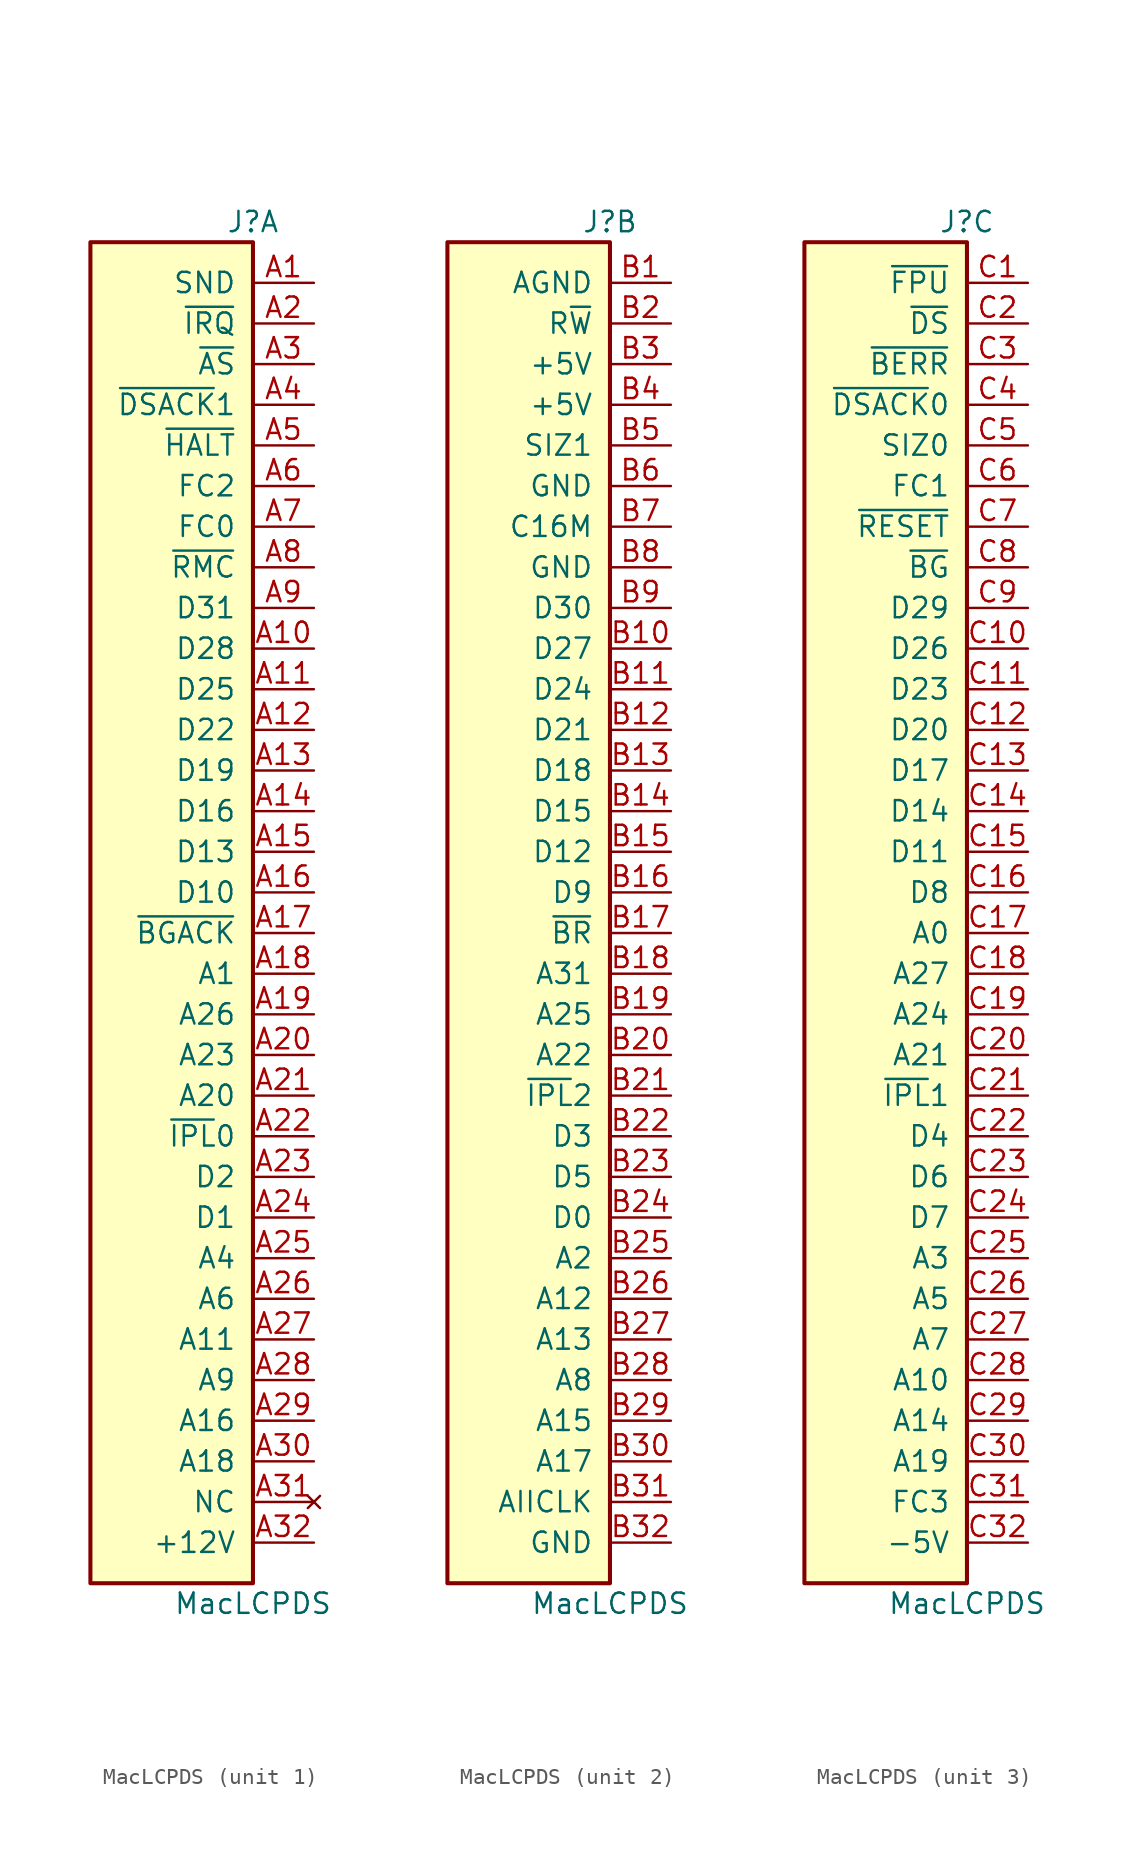
<source format=kicad_sym>
(kicad_symbol_lib
  (version 20220914)
  (generator kicad_symbol_editor)
  (symbol "MacLCPDS"
    (pin_names
      (offset 1.016))
    (property "Reference" "J"
      (at 0 45.72 0)
      (effects (font (size 1.27 1.27))))
    (property "Value" "MacLCPDS"
      (at 0 -40.64 0)
      (effects (font (size 1.27 1.27))))
    (property "ki_locked" ""
      (at 0 0 0)
      (effects (font (size 1.27 1.27))))
    (symbol "MacLCPDS_0_1"
      (rectangle (start 0 44.45) (end -10.16 -39.37) (stroke (width 0.254) (type default)) (fill (type background))))
    (symbol "MacLCPDS_1_1"
      (pin unspecified line (at 3.81 41.91 180) (length 3.81) (name "SND" (effects (font (size 1.27 1.27)))) (number "A1" (effects (font (size 1.27 1.27)))))
      (pin unspecified line (at 3.81 19.05 180) (length 3.81) (name "D28" (effects (font (size 1.27 1.27)))) (number "A10" (effects (font (size 1.27 1.27)))))
      (pin unspecified line (at 3.81 16.51 180) (length 3.81) (name "D25" (effects (font (size 1.27 1.27)))) (number "A11" (effects (font (size 1.27 1.27)))))
      (pin unspecified line (at 3.81 13.97 180) (length 3.81) (name "D22" (effects (font (size 1.27 1.27)))) (number "A12" (effects (font (size 1.27 1.27)))))
      (pin unspecified line (at 3.81 11.43 180) (length 3.81) (name "D19" (effects (font (size 1.27 1.27)))) (number "A13" (effects (font (size 1.27 1.27)))))
      (pin unspecified line (at 3.81 8.89 180) (length 3.81) (name "D16" (effects (font (size 1.27 1.27)))) (number "A14" (effects (font (size 1.27 1.27)))))
      (pin unspecified line (at 3.81 6.35 180) (length 3.81) (name "D13" (effects (font (size 1.27 1.27)))) (number "A15" (effects (font (size 1.27 1.27)))))
      (pin unspecified line (at 3.81 3.81 180) (length 3.81) (name "D10" (effects (font (size 1.27 1.27)))) (number "A16" (effects (font (size 1.27 1.27)))))
      (pin unspecified line (at 3.81 1.27 180) (length 3.81) (name "~{BGACK}" (effects (font (size 1.27 1.27)))) (number "A17" (effects (font (size 1.27 1.27)))))
      (pin unspecified line (at 3.81 -1.27 180) (length 3.81) (name "A1" (effects (font (size 1.27 1.27)))) (number "A18" (effects (font (size 1.27 1.27)))))
      (pin unspecified line (at 3.81 -3.81 180) (length 3.81) (name "A26" (effects (font (size 1.27 1.27)))) (number "A19" (effects (font (size 1.27 1.27)))))
      (pin unspecified line (at 3.81 39.37 180) (length 3.81) (name "~{IRQ}" (effects (font (size 1.27 1.27)))) (number "A2" (effects (font (size 1.27 1.27)))))
      (pin unspecified line (at 3.81 -6.35 180) (length 3.81) (name "A23" (effects (font (size 1.27 1.27)))) (number "A20" (effects (font (size 1.27 1.27)))))
      (pin unspecified line (at 3.81 -8.89 180) (length 3.81) (name "A20" (effects (font (size 1.27 1.27)))) (number "A21" (effects (font (size 1.27 1.27)))))
      (pin unspecified line (at 3.81 -11.43 180) (length 3.81) (name "~{IPL}0" (effects (font (size 1.27 1.27)))) (number "A22" (effects (font (size 1.27 1.27)))))
      (pin unspecified line (at 3.81 -13.97 180) (length 3.81) (name "D2" (effects (font (size 1.27 1.27)))) (number "A23" (effects (font (size 1.27 1.27)))))
      (pin unspecified line (at 3.81 -16.51 180) (length 3.81) (name "D1" (effects (font (size 1.27 1.27)))) (number "A24" (effects (font (size 1.27 1.27)))))
      (pin unspecified line (at 3.81 -19.05 180) (length 3.81) (name "A4" (effects (font (size 1.27 1.27)))) (number "A25" (effects (font (size 1.27 1.27)))))
      (pin unspecified line (at 3.81 -21.59 180) (length 3.81) (name "A6" (effects (font (size 1.27 1.27)))) (number "A26" (effects (font (size 1.27 1.27)))))
      (pin unspecified line (at 3.81 -24.13 180) (length 3.81) (name "A11" (effects (font (size 1.27 1.27)))) (number "A27" (effects (font (size 1.27 1.27)))))
      (pin unspecified line (at 3.81 -26.67 180) (length 3.81) (name "A9" (effects (font (size 1.27 1.27)))) (number "A28" (effects (font (size 1.27 1.27)))))
      (pin unspecified line (at 3.81 -29.21 180) (length 3.81) (name "A16" (effects (font (size 1.27 1.27)))) (number "A29" (effects (font (size 1.27 1.27)))))
      (pin unspecified line (at 3.81 36.83 180) (length 3.81) (name "~{AS}" (effects (font (size 1.27 1.27)))) (number "A3" (effects (font (size 1.27 1.27)))))
      (pin unspecified line (at 3.81 -31.75 180) (length 3.81) (name "A18" (effects (font (size 1.27 1.27)))) (number "A30" (effects (font (size 1.27 1.27)))))
      (pin no_connect line (at 3.81 -34.29 180) (length 3.81) (name "NC" (effects (font (size 1.27 1.27)))) (number "A31" (effects (font (size 1.27 1.27)))))
      (pin unspecified line (at 3.81 -36.83 180) (length 3.81) (name "+12V" (effects (font (size 1.27 1.27)))) (number "A32" (effects (font (size 1.27 1.27)))))
      (pin unspecified line (at 3.81 34.29 180) (length 3.81) (name "~{DSACK}1" (effects (font (size 1.27 1.27)))) (number "A4" (effects (font (size 1.27 1.27)))))
      (pin unspecified line (at 3.81 31.75 180) (length 3.81) (name "~{HALT}" (effects (font (size 1.27 1.27)))) (number "A5" (effects (font (size 1.27 1.27)))))
      (pin unspecified line (at 3.81 29.21 180) (length 3.81) (name "FC2" (effects (font (size 1.27 1.27)))) (number "A6" (effects (font (size 1.27 1.27)))))
      (pin unspecified line (at 3.81 26.67 180) (length 3.81) (name "FC0" (effects (font (size 1.27 1.27)))) (number "A7" (effects (font (size 1.27 1.27)))))
      (pin unspecified line (at 3.81 24.13 180) (length 3.81) (name "~{RMC}" (effects (font (size 1.27 1.27)))) (number "A8" (effects (font (size 1.27 1.27)))))
      (pin unspecified line (at 3.81 21.59 180) (length 3.81) (name "D31" (effects (font (size 1.27 1.27)))) (number "A9" (effects (font (size 1.27 1.27))))))
    (symbol "MacLCPDS_2_1"
      (pin unspecified line (at 3.81 41.91 180) (length 3.81) (name "AGND" (effects (font (size 1.27 1.27)))) (number "B1" (effects (font (size 1.27 1.27)))))
      (pin unspecified line (at 3.81 19.05 180) (length 3.81) (name "D27" (effects (font (size 1.27 1.27)))) (number "B10" (effects (font (size 1.27 1.27)))))
      (pin unspecified line (at 3.81 16.51 180) (length 3.81) (name "D24" (effects (font (size 1.27 1.27)))) (number "B11" (effects (font (size 1.27 1.27)))))
      (pin unspecified line (at 3.81 13.97 180) (length 3.81) (name "D21" (effects (font (size 1.27 1.27)))) (number "B12" (effects (font (size 1.27 1.27)))))
      (pin unspecified line (at 3.81 11.43 180) (length 3.81) (name "D18" (effects (font (size 1.27 1.27)))) (number "B13" (effects (font (size 1.27 1.27)))))
      (pin unspecified line (at 3.81 8.89 180) (length 3.81) (name "D15" (effects (font (size 1.27 1.27)))) (number "B14" (effects (font (size 1.27 1.27)))))
      (pin unspecified line (at 3.81 6.35 180) (length 3.81) (name "D12" (effects (font (size 1.27 1.27)))) (number "B15" (effects (font (size 1.27 1.27)))))
      (pin unspecified line (at 3.81 3.81 180) (length 3.81) (name "D9" (effects (font (size 1.27 1.27)))) (number "B16" (effects (font (size 1.27 1.27)))))
      (pin unspecified line (at 3.81 1.27 180) (length 3.81) (name "~{BR}" (effects (font (size 1.27 1.27)))) (number "B17" (effects (font (size 1.27 1.27)))))
      (pin unspecified line (at 3.81 -1.27 180) (length 3.81) (name "A31" (effects (font (size 1.27 1.27)))) (number "B18" (effects (font (size 1.27 1.27)))))
      (pin unspecified line (at 3.81 -3.81 180) (length 3.81) (name "A25" (effects (font (size 1.27 1.27)))) (number "B19" (effects (font (size 1.27 1.27)))))
      (pin unspecified line (at 3.81 39.37 180) (length 3.81) (name "R~{W}" (effects (font (size 1.27 1.27)))) (number "B2" (effects (font (size 1.27 1.27)))))
      (pin unspecified line (at 3.81 -6.35 180) (length 3.81) (name "A22" (effects (font (size 1.27 1.27)))) (number "B20" (effects (font (size 1.27 1.27)))))
      (pin unspecified line (at 3.81 -8.89 180) (length 3.81) (name "~{IPL}2" (effects (font (size 1.27 1.27)))) (number "B21" (effects (font (size 1.27 1.27)))))
      (pin unspecified line (at 3.81 -11.43 180) (length 3.81) (name "D3" (effects (font (size 1.27 1.27)))) (number "B22" (effects (font (size 1.27 1.27)))))
      (pin unspecified line (at 3.81 -13.97 180) (length 3.81) (name "D5" (effects (font (size 1.27 1.27)))) (number "B23" (effects (font (size 1.27 1.27)))))
      (pin unspecified line (at 3.81 -16.51 180) (length 3.81) (name "D0" (effects (font (size 1.27 1.27)))) (number "B24" (effects (font (size 1.27 1.27)))))
      (pin unspecified line (at 3.81 -19.05 180) (length 3.81) (name "A2" (effects (font (size 1.27 1.27)))) (number "B25" (effects (font (size 1.27 1.27)))))
      (pin unspecified line (at 3.81 -21.59 180) (length 3.81) (name "A12" (effects (font (size 1.27 1.27)))) (number "B26" (effects (font (size 1.27 1.27)))))
      (pin unspecified line (at 3.81 -24.13 180) (length 3.81) (name "A13" (effects (font (size 1.27 1.27)))) (number "B27" (effects (font (size 1.27 1.27)))))
      (pin unspecified line (at 3.81 -26.67 180) (length 3.81) (name "A8" (effects (font (size 1.27 1.27)))) (number "B28" (effects (font (size 1.27 1.27)))))
      (pin unspecified line (at 3.81 -29.21 180) (length 3.81) (name "A15" (effects (font (size 1.27 1.27)))) (number "B29" (effects (font (size 1.27 1.27)))))
      (pin unspecified line (at 3.81 36.83 180) (length 3.81) (name "+5V" (effects (font (size 1.27 1.27)))) (number "B3" (effects (font (size 1.27 1.27)))))
      (pin unspecified line (at 3.81 -31.75 180) (length 3.81) (name "A17" (effects (font (size 1.27 1.27)))) (number "B30" (effects (font (size 1.27 1.27)))))
      (pin unspecified line (at 3.81 -34.29 180) (length 3.81) (name "AIICLK" (effects (font (size 1.27 1.27)))) (number "B31" (effects (font (size 1.27 1.27)))))
      (pin unspecified line (at 3.81 -36.83 180) (length 3.81) (name "GND" (effects (font (size 1.27 1.27)))) (number "B32" (effects (font (size 1.27 1.27)))))
      (pin unspecified line (at 3.81 34.29 180) (length 3.81) (name "+5V" (effects (font (size 1.27 1.27)))) (number "B4" (effects (font (size 1.27 1.27)))))
      (pin unspecified line (at 3.81 31.75 180) (length 3.81) (name "SIZ1" (effects (font (size 1.27 1.27)))) (number "B5" (effects (font (size 1.27 1.27)))))
      (pin unspecified line (at 3.81 29.21 180) (length 3.81) (name "GND" (effects (font (size 1.27 1.27)))) (number "B6" (effects (font (size 1.27 1.27)))))
      (pin unspecified line (at 3.81 26.67 180) (length 3.81) (name "C16M" (effects (font (size 1.27 1.27)))) (number "B7" (effects (font (size 1.27 1.27)))))
      (pin unspecified line (at 3.81 24.13 180) (length 3.81) (name "GND" (effects (font (size 1.27 1.27)))) (number "B8" (effects (font (size 1.27 1.27)))))
      (pin unspecified line (at 3.81 21.59 180) (length 3.81) (name "D30" (effects (font (size 1.27 1.27)))) (number "B9" (effects (font (size 1.27 1.27))))))
    (symbol "MacLCPDS_3_1"
      (pin unspecified line (at 3.81 41.91 180) (length 3.81) (name "~{FPU}" (effects (font (size 1.27 1.27)))) (number "C1" (effects (font (size 1.27 1.27)))))
      (pin unspecified line (at 3.81 19.05 180) (length 3.81) (name "D26" (effects (font (size 1.27 1.27)))) (number "C10" (effects (font (size 1.27 1.27)))))
      (pin unspecified line (at 3.81 16.51 180) (length 3.81) (name "D23" (effects (font (size 1.27 1.27)))) (number "C11" (effects (font (size 1.27 1.27)))))
      (pin unspecified line (at 3.81 13.97 180) (length 3.81) (name "D20" (effects (font (size 1.27 1.27)))) (number "C12" (effects (font (size 1.27 1.27)))))
      (pin unspecified line (at 3.81 11.43 180) (length 3.81) (name "D17" (effects (font (size 1.27 1.27)))) (number "C13" (effects (font (size 1.27 1.27)))))
      (pin unspecified line (at 3.81 8.89 180) (length 3.81) (name "D14" (effects (font (size 1.27 1.27)))) (number "C14" (effects (font (size 1.27 1.27)))))
      (pin unspecified line (at 3.81 6.35 180) (length 3.81) (name "D11" (effects (font (size 1.27 1.27)))) (number "C15" (effects (font (size 1.27 1.27)))))
      (pin unspecified line (at 3.81 3.81 180) (length 3.81) (name "D8" (effects (font (size 1.27 1.27)))) (number "C16" (effects (font (size 1.27 1.27)))))
      (pin unspecified line (at 3.81 1.27 180) (length 3.81) (name "A0" (effects (font (size 1.27 1.27)))) (number "C17" (effects (font (size 1.27 1.27)))))
      (pin unspecified line (at 3.81 -1.27 180) (length 3.81) (name "A27" (effects (font (size 1.27 1.27)))) (number "C18" (effects (font (size 1.27 1.27)))))
      (pin unspecified line (at 3.81 -3.81 180) (length 3.81) (name "A24" (effects (font (size 1.27 1.27)))) (number "C19" (effects (font (size 1.27 1.27)))))
      (pin unspecified line (at 3.81 39.37 180) (length 3.81) (name "~{DS}" (effects (font (size 1.27 1.27)))) (number "C2" (effects (font (size 1.27 1.27)))))
      (pin unspecified line (at 3.81 -6.35 180) (length 3.81) (name "A21" (effects (font (size 1.27 1.27)))) (number "C20" (effects (font (size 1.27 1.27)))))
      (pin unspecified line (at 3.81 -8.89 180) (length 3.81) (name "~{IPL}1" (effects (font (size 1.27 1.27)))) (number "C21" (effects (font (size 1.27 1.27)))))
      (pin unspecified line (at 3.81 -11.43 180) (length 3.81) (name "D4" (effects (font (size 1.27 1.27)))) (number "C22" (effects (font (size 1.27 1.27)))))
      (pin unspecified line (at 3.81 -13.97 180) (length 3.81) (name "D6" (effects (font (size 1.27 1.27)))) (number "C23" (effects (font (size 1.27 1.27)))))
      (pin unspecified line (at 3.81 -16.51 180) (length 3.81) (name "D7" (effects (font (size 1.27 1.27)))) (number "C24" (effects (font (size 1.27 1.27)))))
      (pin unspecified line (at 3.81 -19.05 180) (length 3.81) (name "A3" (effects (font (size 1.27 1.27)))) (number "C25" (effects (font (size 1.27 1.27)))))
      (pin unspecified line (at 3.81 -21.59 180) (length 3.81) (name "A5" (effects (font (size 1.27 1.27)))) (number "C26" (effects (font (size 1.27 1.27)))))
      (pin unspecified line (at 3.81 -24.13 180) (length 3.81) (name "A7" (effects (font (size 1.27 1.27)))) (number "C27" (effects (font (size 1.27 1.27)))))
      (pin unspecified line (at 3.81 -26.67 180) (length 3.81) (name "A10" (effects (font (size 1.27 1.27)))) (number "C28" (effects (font (size 1.27 1.27)))))
      (pin unspecified line (at 3.81 -29.21 180) (length 3.81) (name "A14" (effects (font (size 1.27 1.27)))) (number "C29" (effects (font (size 1.27 1.27)))))
      (pin unspecified line (at 3.81 36.83 180) (length 3.81) (name "~{BERR}" (effects (font (size 1.27 1.27)))) (number "C3" (effects (font (size 1.27 1.27)))))
      (pin unspecified line (at 3.81 -31.75 180) (length 3.81) (name "A19" (effects (font (size 1.27 1.27)))) (number "C30" (effects (font (size 1.27 1.27)))))
      (pin unspecified line (at 3.81 -34.29 180) (length 3.81) (name "FC3" (effects (font (size 1.27 1.27)))) (number "C31" (effects (font (size 1.27 1.27)))))
      (pin unspecified line (at 3.81 -36.83 180) (length 3.81) (name "-5V" (effects (font (size 1.27 1.27)))) (number "C32" (effects (font (size 1.27 1.27)))))
      (pin unspecified line (at 3.81 34.29 180) (length 3.81) (name "~{DSACK}0" (effects (font (size 1.27 1.27)))) (number "C4" (effects (font (size 1.27 1.27)))))
      (pin unspecified line (at 3.81 31.75 180) (length 3.81) (name "SIZ0" (effects (font (size 1.27 1.27)))) (number "C5" (effects (font (size 1.27 1.27)))))
      (pin unspecified line (at 3.81 29.21 180) (length 3.81) (name "FC1" (effects (font (size 1.27 1.27)))) (number "C6" (effects (font (size 1.27 1.27)))))
      (pin unspecified line (at 3.81 26.67 180) (length 3.81) (name "~{RESET}" (effects (font (size 1.27 1.27)))) (number "C7" (effects (font (size 1.27 1.27)))))
      (pin unspecified line (at 3.81 24.13 180) (length 3.81) (name "~{BG}" (effects (font (size 1.27 1.27)))) (number "C8" (effects (font (size 1.27 1.27)))))
      (pin unspecified line (at 3.81 21.59 180) (length 3.81) (name "D29" (effects (font (size 1.27 1.27)))) (number "C9" (effects (font (size 1.27 1.27))))))))
</source>
